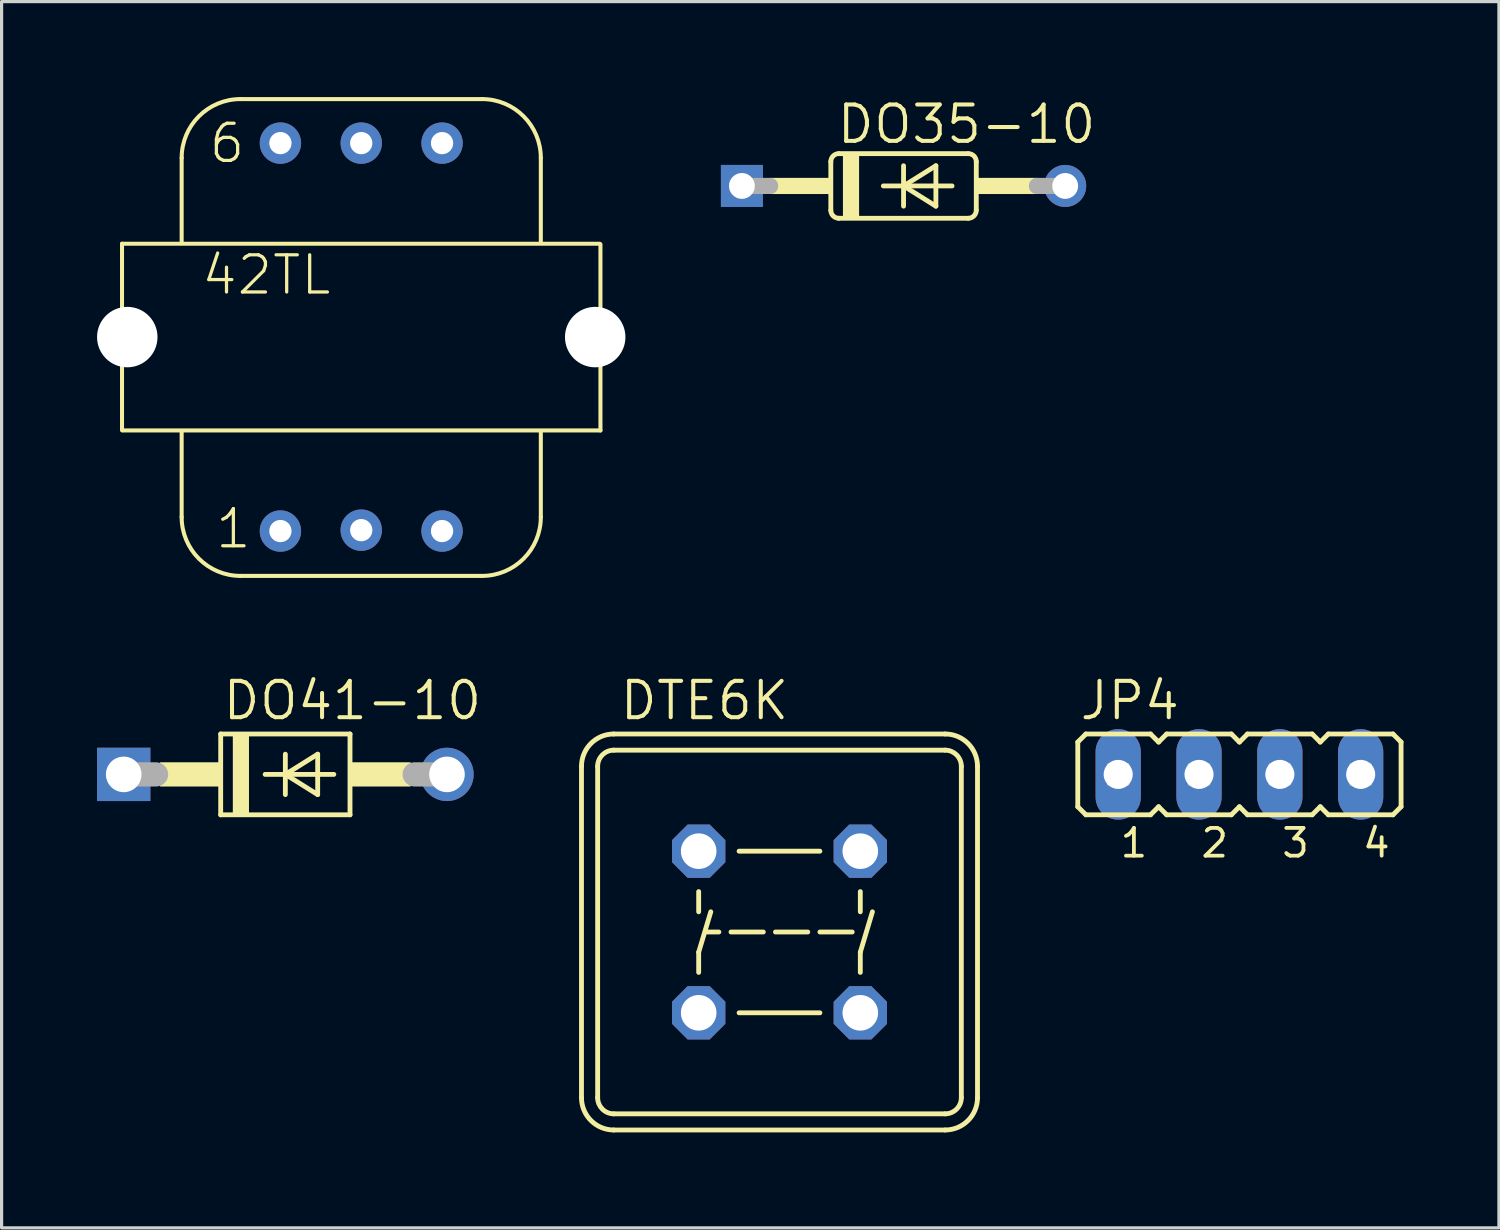
<source format=kicad_pcb>
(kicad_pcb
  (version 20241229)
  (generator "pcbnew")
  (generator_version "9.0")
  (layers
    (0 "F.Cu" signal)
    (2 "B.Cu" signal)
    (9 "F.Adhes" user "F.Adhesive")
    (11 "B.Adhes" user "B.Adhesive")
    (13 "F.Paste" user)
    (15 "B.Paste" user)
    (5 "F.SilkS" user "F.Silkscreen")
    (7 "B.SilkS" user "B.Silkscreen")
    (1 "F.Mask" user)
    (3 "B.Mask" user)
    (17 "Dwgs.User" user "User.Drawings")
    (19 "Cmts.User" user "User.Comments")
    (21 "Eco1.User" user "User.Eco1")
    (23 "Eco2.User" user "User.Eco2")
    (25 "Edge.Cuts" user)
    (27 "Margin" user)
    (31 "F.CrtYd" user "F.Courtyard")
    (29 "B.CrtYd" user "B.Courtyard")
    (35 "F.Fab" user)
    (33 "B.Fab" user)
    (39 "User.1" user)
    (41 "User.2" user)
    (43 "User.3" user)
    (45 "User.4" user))
  (footprint "DTE6K"
    (layer "F.Cu")
    (at 21.448 26.241)
    (property "Reference" "DTE6K" (at -5.08 -6.604 0) (layer "F.SilkS") (effects (font (size 1.143 1.143) (thickness 0.127)) (justify left bottom)))
    (fp_line (start -6.223 5.207) (end -6.223 -5.207) (stroke (width 0.152) (type solid)) (layer "F.SilkS"))
    (fp_line (start -5.715 5.207) (end -5.715 -5.207) (stroke (width 0.152) (type solid)) (layer "F.SilkS"))
    (fp_line (start -5.207 -6.223) (end 5.207 -6.223) (stroke (width 0.152) (type solid)) (layer "F.SilkS"))
    (fp_line (start -5.207 -5.715) (end 5.207 -5.715) (stroke (width 0.152) (type solid)) (layer "F.SilkS"))
    (fp_line (start -2.54 -1.27) (end -2.54 -0.635) (stroke (width 0.152) (type solid)) (layer "F.SilkS"))
    (fp_line (start -2.54 0.635) (end -2.54 1.27) (stroke (width 0.152) (type solid)) (layer "F.SilkS"))
    (fp_line (start -2.286 0) (end -1.905 0) (stroke (width 0.152) (type solid)) (layer "F.SilkS"))
    (fp_line (start -2.159 -0.635) (end -2.54 0.635) (stroke (width 0.152) (type solid)) (layer "F.SilkS"))
    (fp_line (start -1.524 0) (end -0.508 0) (stroke (width 0.152) (type solid)) (layer "F.SilkS"))
    (fp_line (start -1.27 -2.54) (end 1.27 -2.54) (stroke (width 0.152) (type solid)) (layer "F.SilkS"))
    (fp_line (start -1.27 2.54) (end 1.27 2.54) (stroke (width 0.152) (type solid)) (layer "F.SilkS"))
    (fp_line (start -0.127 0) (end 0.889 0) (stroke (width 0.152) (type solid)) (layer "F.SilkS"))
    (fp_line (start 1.27 0) (end 2.286 0) (stroke (width 0.152) (type solid)) (layer "F.SilkS"))
    (fp_line (start 2.54 -1.27) (end 2.54 -0.635) (stroke (width 0.152) (type solid)) (layer "F.SilkS"))
    (fp_line (start 2.54 0.635) (end 2.54 1.27) (stroke (width 0.152) (type solid)) (layer "F.SilkS"))
    (fp_line (start 2.921 -0.635) (end 2.54 0.635) (stroke (width 0.152) (type solid)) (layer "F.SilkS"))
    (fp_line (start 5.207 5.715) (end -5.207 5.715) (stroke (width 0.152) (type solid)) (layer "F.SilkS"))
    (fp_line (start 5.207 6.223) (end -5.207 6.223) (stroke (width 0.152) (type solid)) (layer "F.SilkS"))
    (fp_line (start 5.715 -5.207) (end 5.715 5.207) (stroke (width 0.152) (type solid)) (layer "F.SilkS"))
    (fp_line (start 6.223 -5.207) (end 6.223 5.207) (stroke (width 0.152) (type solid)) (layer "F.SilkS"))
    (fp_arc (start -6.223 -5.207) (mid -5.92542 -5.92542) (end -5.207 -6.223) (stroke (width 0.1524) (type solid)) (layer "F.SilkS"))
    (fp_arc (start -5.715 -5.207) (mid -5.56621 -5.56621) (end -5.207 -5.715) (stroke (width 0.1524) (type solid)) (layer "F.SilkS"))
    (fp_arc (start -5.207 5.715) (mid -5.56621 5.56621) (end -5.715 5.207) (stroke (width 0.1524) (type solid)) (layer "F.SilkS"))
    (fp_arc (start -5.207 6.223) (mid -5.92542 5.92542) (end -6.223 5.207) (stroke (width 0.1524) (type solid)) (layer "F.SilkS"))
    (fp_arc (start 5.207 -6.223) (mid 5.92542 -5.92542) (end 6.223 -5.207) (stroke (width 0.1524) (type solid)) (layer "F.SilkS"))
    (fp_arc (start 5.207 -5.715) (mid 5.56621 -5.56621) (end 5.715 -5.207) (stroke (width 0.1524) (type solid)) (layer "F.SilkS"))
    (fp_arc (start 5.715 5.207) (mid 5.56621 5.56621) (end 5.207 5.715) (stroke (width 0.1524) (type solid)) (layer "F.SilkS"))
    (fp_arc (start 6.223 5.207) (mid 5.92542 5.92542) (end 5.207 6.223) (stroke (width 0.1524) (type solid)) (layer "F.SilkS"))
    (pad "1" thru_hole roundrect (at -2.54 -2.54) (size 1.676 1.676) (drill 1.118) (layers "*.Cu" "*.Mask") (roundrect_rratio 0.25) (chamfer_ratio 0.293) (chamfer top_left top_right bottom_left bottom_right))
    (pad "2" thru_hole roundrect (at 2.54 -2.54) (size 1.676 1.676) (drill 1.118) (layers "*.Cu" "*.Mask") (roundrect_rratio 0.25) (chamfer_ratio 0.293) (chamfer top_left top_right bottom_left bottom_right))
    (pad "3" thru_hole roundrect (at 2.54 2.54) (size 1.676 1.676) (drill 1.118) (layers "*.Cu" "*.Mask") (roundrect_rratio 0.25) (chamfer_ratio 0.293) (chamfer top_left top_right bottom_left bottom_right))
    (pad "4" thru_hole roundrect (at -2.54 2.54) (size 1.676 1.676) (drill 1.118) (layers "*.Cu" "*.Mask") (roundrect_rratio 0.25) (chamfer_ratio 0.293) (chamfer top_left top_right bottom_left bottom_right)))
  (footprint "DO41-10"
    (layer "F.Cu")
    (at 5.918 21.288)
    (property "Reference" "DO41-10" (at -2.032 -1.651 0) (layer "F.SilkS") (effects (font (size 1.143 1.143) (thickness 0.127)) (justify left bottom)))
    (fp_line (start -2.032 -1.27) (end -2.032 1.27) (stroke (width 0.152) (type solid)) (layer "F.SilkS"))
    (fp_line (start -2.032 -1.27) (end 2.032 -1.27) (stroke (width 0.152) (type solid)) (layer "F.SilkS"))
    (fp_line (start -0.635 0) (end 0 0) (stroke (width 0.152) (type solid)) (layer "F.SilkS"))
    (fp_line (start 0 -0.635) (end 0 0) (stroke (width 0.152) (type solid)) (layer "F.SilkS"))
    (fp_line (start 0 0) (end 0 0.635) (stroke (width 0.152) (type solid)) (layer "F.SilkS"))
    (fp_line (start 0 0) (end 1.016 -0.635) (stroke (width 0.152) (type solid)) (layer "F.SilkS"))
    (fp_line (start 0 0) (end 1.524 0) (stroke (width 0.152) (type solid)) (layer "F.SilkS"))
    (fp_line (start 1.016 -0.635) (end 1.016 0.635) (stroke (width 0.152) (type solid)) (layer "F.SilkS"))
    (fp_line (start 1.016 0.635) (end 0 0) (stroke (width 0.152) (type solid)) (layer "F.SilkS"))
    (fp_line (start 2.032 1.27) (end -2.032 1.27) (stroke (width 0.152) (type solid)) (layer "F.SilkS"))
    (fp_line (start 2.032 1.27) (end 2.032 -1.27) (stroke (width 0.152) (type solid)) (layer "F.SilkS"))
    (fp_poly (pts (xy -3.937 0.381) (xy -2.032 0.381) (xy -2.032 -0.381) (xy -3.937 -0.381)) (stroke (width 0) (type solid)) (fill yes) (layer "F.SilkS"))
    (fp_poly (pts (xy -1.651 1.27) (xy -1.143 1.27) (xy -1.143 -1.27) (xy -1.651 -1.27)) (stroke (width 0) (type solid)) (fill yes) (layer "F.SilkS"))
    (fp_poly (pts (xy 2.032 0.381) (xy 3.937 0.381) (xy 3.937 -0.381) (xy 2.032 -0.381)) (stroke (width 0) (type solid)) (fill yes) (layer "F.SilkS"))
    (fp_line (start -5.08 0) (end -4.064 0) (stroke (width 0.762) (type solid)) (layer "F.Fab"))
    (fp_line (start 5.08 0) (end 4.064 0) (stroke (width 0.762) (type solid)) (layer "F.Fab"))
    (pad "A" thru_hole circle (at 5.08 0) (size 1.676 1.676) (drill 1.118) (layers "*.Cu" "*.Mask"))
    (pad "C" thru_hole rect (at -5.08 0) (size 1.676 1.676) (drill 1.118) (layers "*.Cu" "*.Mask")))
  (footprint "DO35-10"
    (layer "F.Cu")
    (at 25.347 2.794)
    (property "Reference" "DO35-10" (at -2.159 -1.27 0) (layer "F.SilkS") (effects (font (size 1.143 1.143) (thickness 0.127)) (justify left bottom)))
    (fp_line (start -2.286 -0.762) (end -2.286 0.762) (stroke (width 0.152) (type solid)) (layer "F.SilkS"))
    (fp_line (start -2.032 -1.016) (end 2.032 -1.016) (stroke (width 0.152) (type solid)) (layer "F.SilkS"))
    (fp_line (start -2.032 1.016) (end 2.032 1.016) (stroke (width 0.152) (type solid)) (layer "F.SilkS"))
    (fp_line (start -0.635 0) (end 0 0) (stroke (width 0.152) (type solid)) (layer "F.SilkS"))
    (fp_line (start 0 -0.635) (end 0 0) (stroke (width 0.152) (type solid)) (layer "F.SilkS"))
    (fp_line (start 0 0) (end 0 0.635) (stroke (width 0.152) (type solid)) (layer "F.SilkS"))
    (fp_line (start 0 0) (end 1.016 -0.635) (stroke (width 0.152) (type solid)) (layer "F.SilkS"))
    (fp_line (start 0 0) (end 1.524 0) (stroke (width 0.152) (type solid)) (layer "F.SilkS"))
    (fp_line (start 1.016 -0.635) (end 1.016 0.635) (stroke (width 0.152) (type solid)) (layer "F.SilkS"))
    (fp_line (start 1.016 0.635) (end 0 0) (stroke (width 0.152) (type solid)) (layer "F.SilkS"))
    (fp_line (start 2.286 0.762) (end 2.286 -0.762) (stroke (width 0.152) (type solid)) (layer "F.SilkS"))
    (fp_arc (start -2.286 -0.762) (mid -2.211605 -0.941605) (end -2.032 -1.016) (stroke (width 0.1524) (type solid)) (layer "F.SilkS"))
    (fp_arc (start -2.032 1.016) (mid -2.211605 0.941605) (end -2.286 0.762) (stroke (width 0.1524) (type solid)) (layer "F.SilkS"))
    (fp_arc (start 2.032 -1.016) (mid 2.211605 -0.941605) (end 2.286 -0.762) (stroke (width 0.1524) (type solid)) (layer "F.SilkS"))
    (fp_arc (start 2.286 0.762) (mid 2.211605 0.941605) (end 2.032 1.016) (stroke (width 0.1524) (type solid)) (layer "F.SilkS"))
    (fp_poly (pts (xy -4.191 0.254) (xy -2.286 0.254) (xy -2.286 -0.254) (xy -4.191 -0.254)) (stroke (width 0) (type solid)) (fill yes) (layer "F.SilkS"))
    (fp_poly (pts (xy -1.905 1.016) (xy -1.397 1.016) (xy -1.397 -1.016) (xy -1.905 -1.016)) (stroke (width 0) (type solid)) (fill yes) (layer "F.SilkS"))
    (fp_poly (pts (xy 2.286 0.254) (xy 4.191 0.254) (xy 4.191 -0.254) (xy 2.286 -0.254)) (stroke (width 0) (type solid)) (fill yes) (layer "F.SilkS"))
    (fp_line (start -5.08 0) (end -4.191 0) (stroke (width 0.508) (type solid)) (layer "F.Fab"))
    (fp_line (start 5.08 0) (end 4.191 0) (stroke (width 0.508) (type solid)) (layer "F.Fab"))
    (pad "A" thru_hole circle (at 5.08 0) (size 1.321 1.321) (drill 0.813) (layers "*.Cu" "*.Mask"))
    (pad "C" thru_hole rect (at -5.08 0) (size 1.321 1.321) (drill 0.813) (layers "*.Cu" "*.Mask")))
  (footprint "JP4"
    (layer "F.Cu")
    (at 35.903 21.288)
    (property "Reference" "JP4" (at -5.08 -1.651 0) (layer "F.SilkS") (effects (font (size 1.143 1.143) (thickness 0.127)) (justify left bottom)))
    (fp_line (start -5.08 -1.016) (end -4.826 -1.27) (stroke (width 0.152) (type solid)) (layer "F.SilkS"))
    (fp_line (start -5.08 1.016) (end -5.08 -1.016) (stroke (width 0.152) (type solid)) (layer "F.SilkS"))
    (fp_line (start -5.08 1.016) (end -4.826 1.27) (stroke (width 0.152) (type solid)) (layer "F.SilkS"))
    (fp_line (start -2.794 -1.27) (end -4.826 -1.27) (stroke (width 0.152) (type solid)) (layer "F.SilkS"))
    (fp_line (start -2.794 -1.27) (end -2.54 -1.016) (stroke (width 0.152) (type solid)) (layer "F.SilkS"))
    (fp_line (start -2.794 1.27) (end -4.826 1.27) (stroke (width 0.152) (type solid)) (layer "F.SilkS"))
    (fp_line (start -2.794 1.27) (end -2.54 1.016) (stroke (width 0.152) (type solid)) (layer "F.SilkS"))
    (fp_line (start -2.54 -1.016) (end -2.286 -1.27) (stroke (width 0.152) (type solid)) (layer "F.SilkS"))
    (fp_line (start -2.54 1.016) (end -2.286 1.27) (stroke (width 0.152) (type solid)) (layer "F.SilkS"))
    (fp_line (start -0.254 -1.27) (end -2.286 -1.27) (stroke (width 0.152) (type solid)) (layer "F.SilkS"))
    (fp_line (start -0.254 -1.27) (end 0 -1.016) (stroke (width 0.152) (type solid)) (layer "F.SilkS"))
    (fp_line (start -0.254 1.27) (end -2.286 1.27) (stroke (width 0.152) (type solid)) (layer "F.SilkS"))
    (fp_line (start -0.254 1.27) (end 0 1.016) (stroke (width 0.152) (type solid)) (layer "F.SilkS"))
    (fp_line (start 0 -1.016) (end 0.254 -1.27) (stroke (width 0.152) (type solid)) (layer "F.SilkS"))
    (fp_line (start 0 1.016) (end 0.254 1.27) (stroke (width 0.152) (type solid)) (layer "F.SilkS"))
    (fp_line (start 2.286 -1.27) (end 0.254 -1.27) (stroke (width 0.152) (type solid)) (layer "F.SilkS"))
    (fp_line (start 2.286 -1.27) (end 2.54 -1.016) (stroke (width 0.152) (type solid)) (layer "F.SilkS"))
    (fp_line (start 2.286 1.27) (end 0.254 1.27) (stroke (width 0.152) (type solid)) (layer "F.SilkS"))
    (fp_line (start 2.286 1.27) (end 2.54 1.016) (stroke (width 0.152) (type solid)) (layer "F.SilkS"))
    (fp_line (start 2.54 -1.016) (end 2.794 -1.27) (stroke (width 0.152) (type solid)) (layer "F.SilkS"))
    (fp_line (start 2.54 1.016) (end 2.794 1.27) (stroke (width 0.152) (type solid)) (layer "F.SilkS"))
    (fp_line (start 4.826 -1.27) (end 2.794 -1.27) (stroke (width 0.152) (type solid)) (layer "F.SilkS"))
    (fp_line (start 4.826 -1.27) (end 5.08 -1.016) (stroke (width 0.152) (type solid)) (layer "F.SilkS"))
    (fp_line (start 4.826 1.27) (end 2.794 1.27) (stroke (width 0.152) (type solid)) (layer "F.SilkS"))
    (fp_line (start 4.826 1.27) (end 5.08 1.016) (stroke (width 0.152) (type solid)) (layer "F.SilkS"))
    (fp_line (start 5.08 -1.016) (end 5.08 1.016) (stroke (width 0.152) (type solid)) (layer "F.SilkS"))
    (fp_poly (pts (xy -4.115 0.305) (xy -3.505 0.305) (xy -3.505 -0.305) (xy -4.115 -0.305)) (stroke (width 0.1) (type solid)) (fill no) (layer "F.Fab"))
    (fp_poly (pts (xy -1.575 0.305) (xy -0.965 0.305) (xy -0.965 -0.305) (xy -1.575 -0.305)) (stroke (width 0.1) (type solid)) (fill no) (layer "F.Fab"))
    (fp_poly (pts (xy 0.965 0.305) (xy 1.575 0.305) (xy 1.575 -0.305) (xy 0.965 -0.305)) (stroke (width 0.1) (type solid)) (fill no) (layer "F.Fab"))
    (fp_poly (pts (xy 3.505 0.305) (xy 4.115 0.305) (xy 4.115 -0.305) (xy 3.505 -0.305)) (stroke (width 0.1) (type solid)) (fill no) (layer "F.Fab"))
    (fp_text user "2" (at -1.27 2.667 0) (layer "F.SilkS") (effects (font (size 0.872 0.872) (thickness 0.119)) (justify left bottom)))
    (fp_text user "4" (at 3.81 2.667 0) (layer "F.SilkS") (effects (font (size 0.872 0.872) (thickness 0.119)) (justify left bottom)))
    (fp_text user "1" (at -3.81 2.667 0) (layer "F.SilkS") (effects (font (size 0.872 0.872) (thickness 0.119)) (justify left bottom)))
    (fp_text user "3" (at 1.27 2.667 0) (layer "F.SilkS") (effects (font (size 0.872 0.872) (thickness 0.119)) (justify left bottom)))
    (pad "1" thru_hole oval (at -3.81 0 90) (size 2.845 1.422) (drill 0.914) (layers "*.Cu" "*.Mask"))
    (pad "2" thru_hole oval (at -1.27 0 90) (size 2.845 1.422) (drill 0.914) (layers "*.Cu" "*.Mask"))
    (pad "3" thru_hole oval (at 1.27 0 90) (size 2.845 1.422) (drill 0.914) (layers "*.Cu" "*.Mask"))
    (pad "4" thru_hole oval (at 3.81 0 90) (size 2.845 1.422) (drill 0.914) (layers "*.Cu" "*.Mask")))
  (footprint "42TL"
    (layer "F.Cu")
    (at 8.303 7.544)
    (property "Reference" "42TL" (at -5.08 -1.27 0) (layer "F.SilkS") (effects (font (size 1.168 1.168) (thickness 0.102)) (justify left bottom)))
    (fp_line (start -7.518 2.931) (end -7.518 -2.934) (stroke (width 0.127) (type solid)) (layer "F.SilkS"))
    (fp_line (start -7.493 2.934) (end 7.518 2.934) (stroke (width 0.127) (type solid)) (layer "F.SilkS"))
    (fp_line (start -5.644 -2.958) (end -5.644 -5.631) (stroke (width 0.127) (type solid)) (layer "F.SilkS"))
    (fp_line (start -5.644 5.657) (end -5.644 3.01) (stroke (width 0.127) (type solid)) (layer "F.SilkS"))
    (fp_line (start -3.795 7.506) (end 3.795 7.506) (stroke (width 0.127) (type solid)) (layer "F.SilkS"))
    (fp_line (start 3.795 -7.48) (end -3.795 -7.48) (stroke (width 0.127) (type solid)) (layer "F.SilkS"))
    (fp_line (start 5.644 -5.631) (end 5.644 -2.958) (stroke (width 0.127) (type solid)) (layer "F.SilkS"))
    (fp_line (start 5.644 5.657) (end 5.644 3.01) (stroke (width 0.127) (type solid)) (layer "F.SilkS"))
    (fp_line (start 7.493 -2.934) (end -7.518 -2.934) (stroke (width 0.127) (type solid)) (layer "F.SilkS"))
    (fp_line (start 7.518 -2.916) (end 7.518 2.934) (stroke (width 0.127) (type solid)) (layer "F.SilkS"))
    (fp_arc (start -5.6439 -5.6312) (mid -5.102311 -6.938711) (end -3.7948 -7.4803) (stroke (width 0.127) (type solid)) (layer "F.SilkS"))
    (fp_arc (start -3.7947 7.5057) (mid -5.102211 6.964111) (end -5.6438 5.6566) (stroke (width 0.127) (type solid)) (layer "F.SilkS"))
    (fp_arc (start 3.794798 -7.4803) (mid 5.102339 -6.938741) (end 5.6439 -5.6312) (stroke (width 0.127) (type solid)) (layer "F.SilkS"))
    (fp_arc (start 5.6439 5.6566) (mid 5.102311 6.964111) (end 3.7948 7.5057) (stroke (width 0.127) (type solid)) (layer "F.SilkS"))
    (fp_text user "6" (at -4.842 -5.405 0) (layer "F.SilkS") (effects (font (size 1.168 1.168) (thickness 0.102)) (justify left bottom)))
    (fp_text user "1" (at -4.642 6.706 0) (layer "F.SilkS") (effects (font (size 1.168 1.168) (thickness 0.102)) (justify left bottom)))
    (pad "" np_thru_hole circle (at -7.353 0) (size 1.9 1.9) (drill 1.9) (layers "*.Cu" "*.Mask"))
    (pad "" np_thru_hole circle (at 7.353 0) (size 1.9 1.9) (drill 1.9) (layers "*.Cu" "*.Mask"))
    (pad "1" thru_hole circle (at -2.54 6.096) (size 1.3 1.3) (drill 0.7) (layers "*.Cu" "*.Mask"))
    (pad "2" thru_hole circle (at 0 6.068) (size 1.3 1.3) (drill 0.7) (layers "*.Cu" "*.Mask"))
    (pad "3" thru_hole circle (at 2.54 6.096) (size 1.3 1.3) (drill 0.7) (layers "*.Cu" "*.Mask"))
    (pad "4" thru_hole circle (at 2.54 -6.096) (size 1.3 1.3) (drill 0.7) (layers "*.Cu" "*.Mask"))
    (pad "5" thru_hole circle (at 0 -6.096) (size 1.3 1.3) (drill 0.7) (layers "*.Cu" "*.Mask"))
    (pad "6" thru_hole circle (at -2.54 -6.096) (size 1.3 1.3) (drill 0.7) (layers "*.Cu" "*.Mask")))
  (gr_rect
    (start -3 -3)
    (end 44.059 35.54)
    (stroke (width 0.1) (type default))
    (fill no)
    (layer "Edge.Cuts")))
</source>
